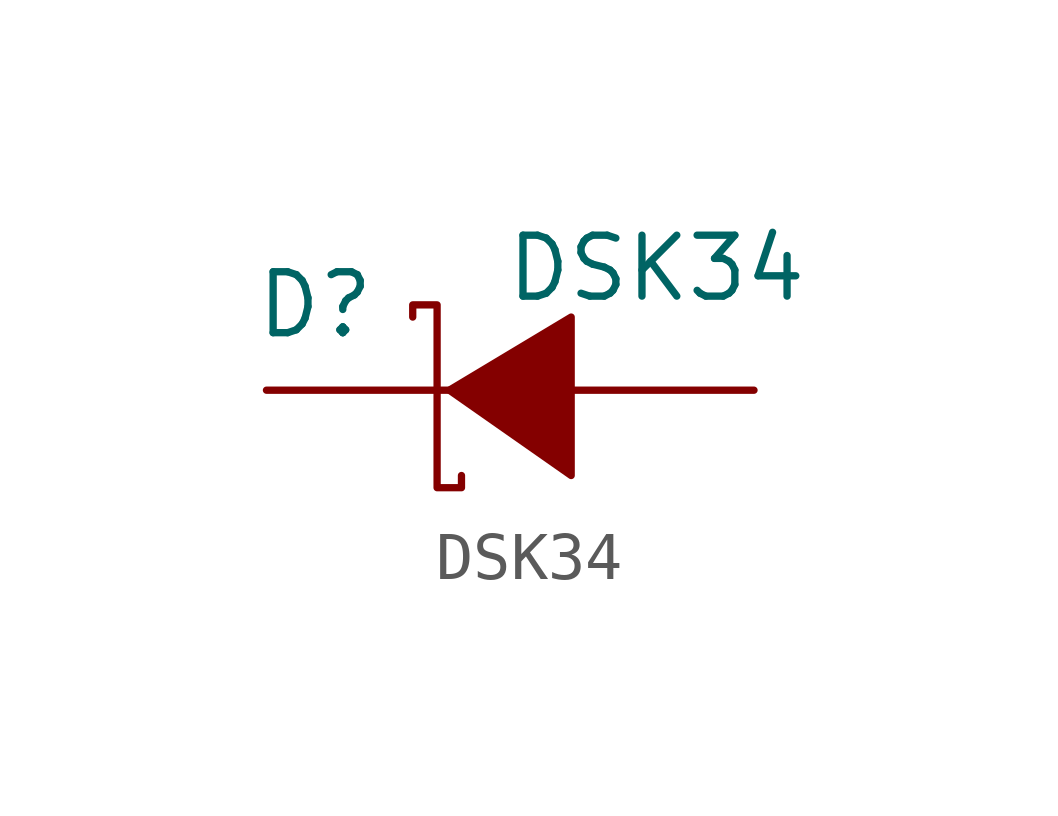
<source format=kicad_sym>
(kicad_symbol_lib
  (version 20231120)
  (generator "kicad_symbol_editor")
  (generator_version "8.0")
  (symbol "DSK34"
    (pin_numbers hide)
    (pin_names
      (offset 1.016) hide)
    (property "Reference" "D"
      (at -4.064 1.778 0)
      (effects (font (size 1.27 1.27))))
    (property "Value" "DSK34"
      (at 3.048 2.54 0)
      (effects (font (size 1.27 1.27))))
    (symbol "DSK34_1_1"
      (polyline (pts (xy 1.27 1.524) (xy -1.27 0) (xy 1.27 -1.778) (xy 1.27 1.524)) (stroke (width 0.152) (type solid)) (fill (type outline)))
      (polyline (pts (xy -2.032 1.524) (xy -2.032 1.778) (xy -1.524 1.778) (xy -1.524 -2.032) (xy -1.016 -2.032) (xy -1.016 -1.778)) (stroke (width 0.152) (type solid)) (fill (type none)))
      (pin input line (at -5.08 0 0) (length 3.81) (name "K" (effects (font (size 1.27 1.27)))) (number "1" (effects (font (size 1.27 1.27)))))
      (pin input line (at 5.08 0 180) (length 3.81) (name "A" (effects (font (size 1.27 1.27)))) (number "2" (effects (font (size 1.27 1.27))))))))
</source>
